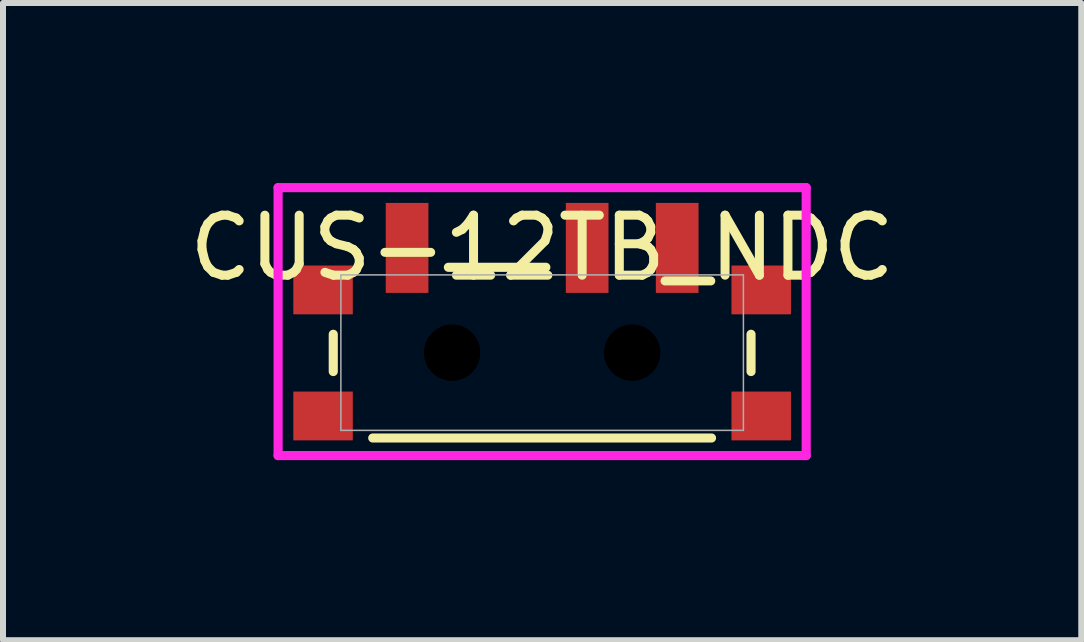
<source format=kicad_pcb>
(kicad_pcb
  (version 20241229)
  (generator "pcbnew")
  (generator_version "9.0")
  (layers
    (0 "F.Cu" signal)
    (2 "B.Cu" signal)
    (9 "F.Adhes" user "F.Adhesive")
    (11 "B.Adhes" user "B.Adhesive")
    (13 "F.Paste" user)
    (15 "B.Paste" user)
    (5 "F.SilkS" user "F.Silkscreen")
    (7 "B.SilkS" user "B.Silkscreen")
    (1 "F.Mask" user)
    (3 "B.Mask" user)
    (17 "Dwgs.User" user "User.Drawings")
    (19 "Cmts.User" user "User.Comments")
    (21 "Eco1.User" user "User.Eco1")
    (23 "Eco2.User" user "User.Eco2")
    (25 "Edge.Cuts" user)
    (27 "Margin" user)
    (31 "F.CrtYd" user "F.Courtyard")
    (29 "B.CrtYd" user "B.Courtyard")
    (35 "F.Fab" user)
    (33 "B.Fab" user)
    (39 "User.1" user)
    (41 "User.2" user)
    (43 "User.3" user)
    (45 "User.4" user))
  (footprint "CUS-12TB_NDC"
    (layer "F.Cu")
    (at 5.982 2.825)
    (property "Reference" "CUS-12TB_NDC" (at 0 -1.745 0) (unlocked yes) (layer "F.SilkS") (effects (font (size 1 1) (thickness 0.15))))
    (attr smd)
    (fp_line (start -3.48 0.315) (end -3.48 -0.306) (stroke (width 0.152) (type solid)) (layer "F.SilkS"))
    (fp_line (start -1.562 -1.422) (end 0.062 -1.422) (stroke (width 0.152) (type solid)) (layer "F.SilkS"))
    (fp_line (start 2.822 1.422) (end -2.822 1.422) (stroke (width 0.152) (type solid)) (layer "F.SilkS"))
    (fp_line (start 3.48 -0.306) (end 3.48 0.315) (stroke (width 0.152) (type solid)) (layer "F.SilkS"))
    (fp_line (start -4.399 -2.749) (end -4.399 1.715) (stroke (width 0.152) (type solid)) (layer "F.CrtYd"))
    (fp_line (start -4.399 1.715) (end 4.399 1.715) (stroke (width 0.152) (type solid)) (layer "F.CrtYd"))
    (fp_line (start 4.399 -2.749) (end -4.399 -2.749) (stroke (width 0.152) (type solid)) (layer "F.CrtYd"))
    (fp_line (start 4.399 1.715) (end 4.399 -2.749) (stroke (width 0.152) (type solid)) (layer "F.CrtYd"))
    (fp_line (start -3.353 -1.295) (end -3.353 1.295) (stroke (width 0.025) (type solid)) (layer "F.Fab"))
    (fp_line (start -3.353 1.295) (end 3.353 1.295) (stroke (width 0.025) (type solid)) (layer "F.Fab"))
    (fp_line (start 3.353 -1.295) (end -3.353 -1.295) (stroke (width 0.025) (type solid)) (layer "F.Fab"))
    (fp_line (start 3.353 1.295) (end 3.353 -1.295) (stroke (width 0.025) (type solid)) (layer "F.Fab"))
    (pad "" np_thru_hole circle (at -1.5 0) (size 0.94 0.94) (drill 0.94) (layers))
    (pad "" np_thru_hole circle (at 1.5 0) (size 0.94 0.94) (drill 0.94) (layers))
    (pad "1" smd rect (at -2.25 -1.745) (size 0.711 1.499) (layers "F.Cu" "F.Mask" "F.Paste"))
    (pad "2" smd rect (at 0.75 -1.745) (size 0.711 1.499) (layers "F.Cu" "F.Mask" "F.Paste"))
    (pad "3" smd rect (at 2.25 -1.745) (size 0.711 1.499) (layers "F.Cu" "F.Mask" "F.Paste"))
    (pad "4" smd rect (at -3.65 -1.045) (size 0.991 0.813) (layers "F.Cu" "F.Mask" "F.Paste"))
    (pad "4" smd rect (at -3.65 1.055) (size 0.991 0.813) (layers "F.Cu" "F.Mask" "F.Paste"))
    (pad "4" smd rect (at 3.65 1.055) (size 0.991 0.813) (layers "F.Cu" "F.Mask" "F.Paste"))
    (pad "4" smd rect (at 3.65 -1.045) (size 0.991 0.813) (layers "F.Cu" "F.Mask" "F.Paste")))
  (gr_rect
    (start -3 -3)
    (end 14.964 7.616)
    (stroke (width 0.1) (type default))
    (fill no)
    (layer "Edge.Cuts")))
</source>
